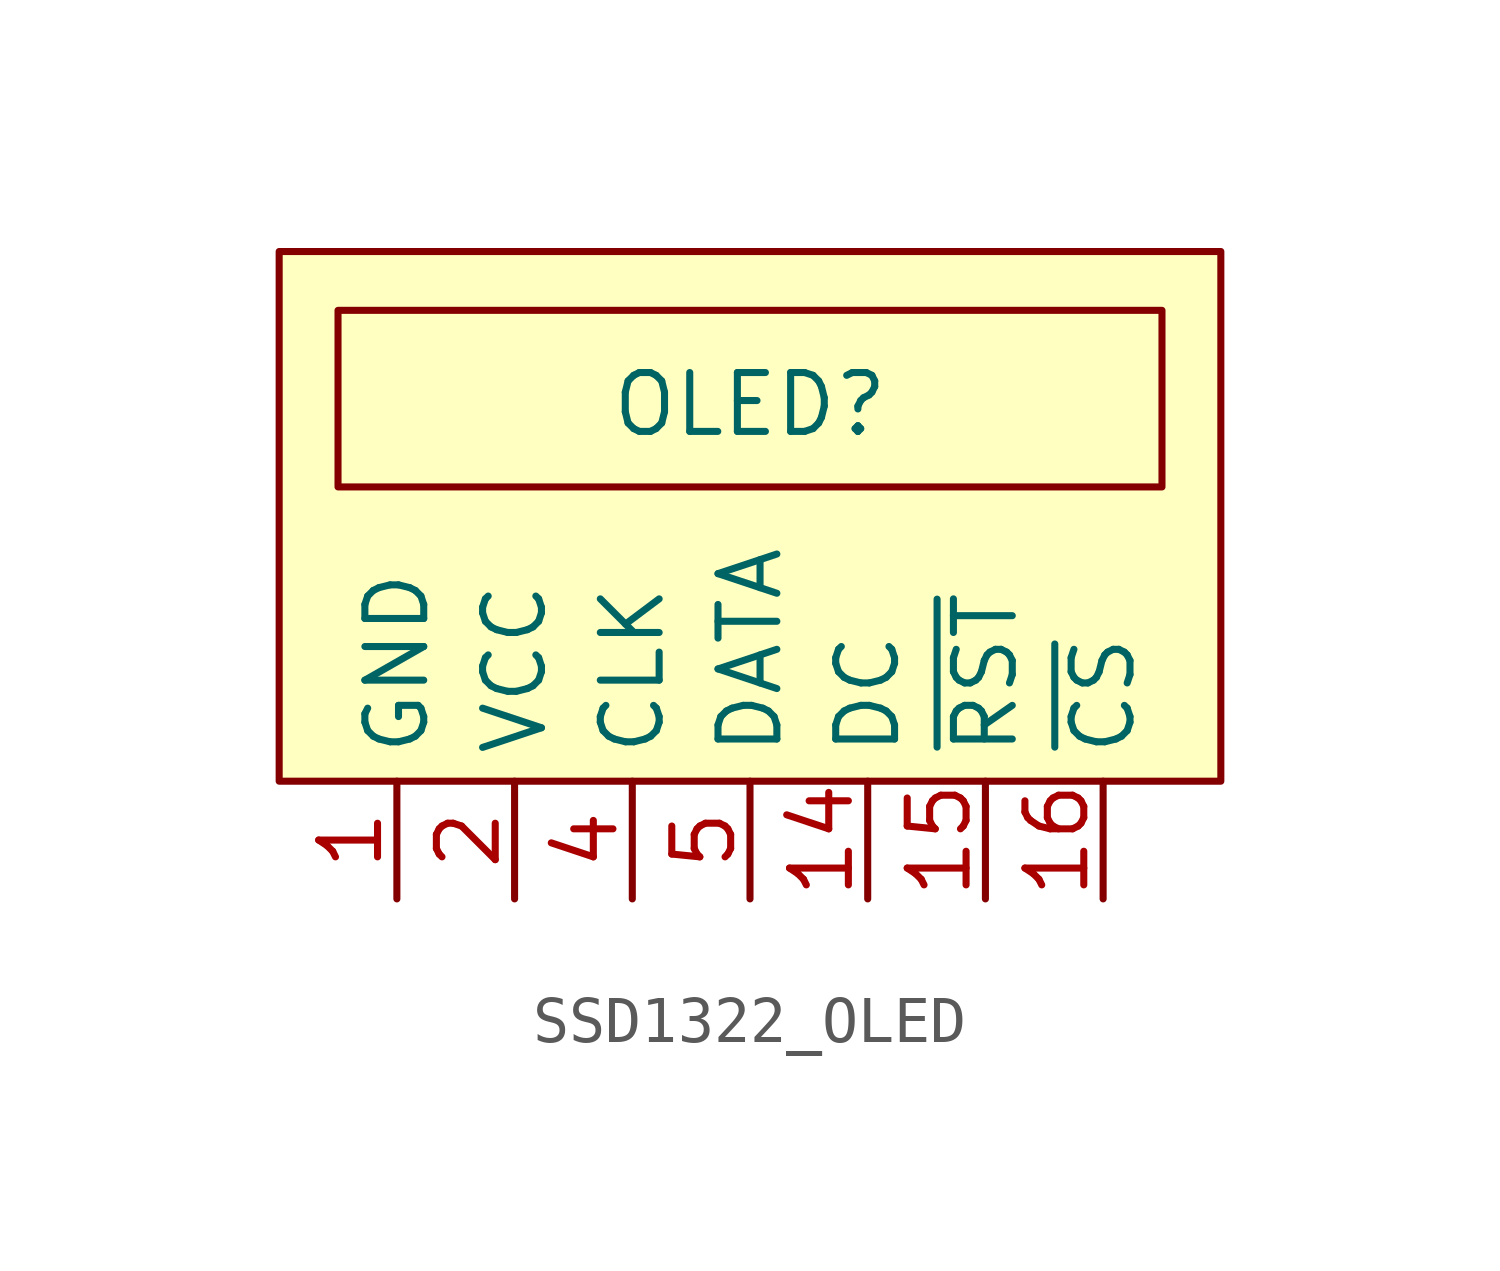
<source format=kicad_sym>
(kicad_symbol_lib
  (version 20231120)
  (generator "kicad_symbol_editor")
  (generator_version "8.0")
  (symbol "SSD1322_OLED"
    (property "Reference" "OLED"
      (at 0 3.048 0)
      (effects (font (size 1.27 1.27))))
    (property "Value" ""
      (at 5.08 0 0)
      (effects (font (size 1.27 1.27))))
    (symbol "SSD1322_OLED_0_1"
      (rectangle (start -8.89 5.08) (end 8.89 1.27) (stroke (width 0) (type default)) (fill (type none))))
    (symbol "SSD1322_OLED_1_1"
      (rectangle (start -10.16 6.35) (end 10.16 -5.08) (stroke (width 0) (type default)) (fill (type background)))
      (pin power_in line (at -7.62 -7.62 90) (length 2.54) (name "GND" (effects (font (size 1.27 1.27)))) (number "1" (effects (font (size 1.27 1.27)))))
      (pin input line (at 2.54 -7.62 90) (length 2.54) (name "DC" (effects (font (size 1.27 1.27)))) (number "14" (effects (font (size 1.27 1.27)))))
      (pin input line (at 5.08 -7.62 90) (length 2.54) (name "~{RST}" (effects (font (size 1.27 1.27)))) (number "15" (effects (font (size 1.27 1.27)))))
      (pin input line (at 7.62 -7.62 90) (length 2.54) (name "~{CS}" (effects (font (size 1.27 1.27)))) (number "16" (effects (font (size 1.27 1.27)))))
      (pin power_in line (at -5.08 -7.62 90) (length 2.54) (name "VCC" (effects (font (size 1.27 1.27)))) (number "2" (effects (font (size 1.27 1.27)))))
      (pin input line (at -2.54 -7.62 90) (length 2.54) (name "CLK" (effects (font (size 1.27 1.27)))) (number "4" (effects (font (size 1.27 1.27)))))
      (pin input line (at 0 -7.62 90) (length 2.54) (name "DATA" (effects (font (size 1.27 1.27)))) (number "5" (effects (font (size 1.27 1.27))))))))
</source>
